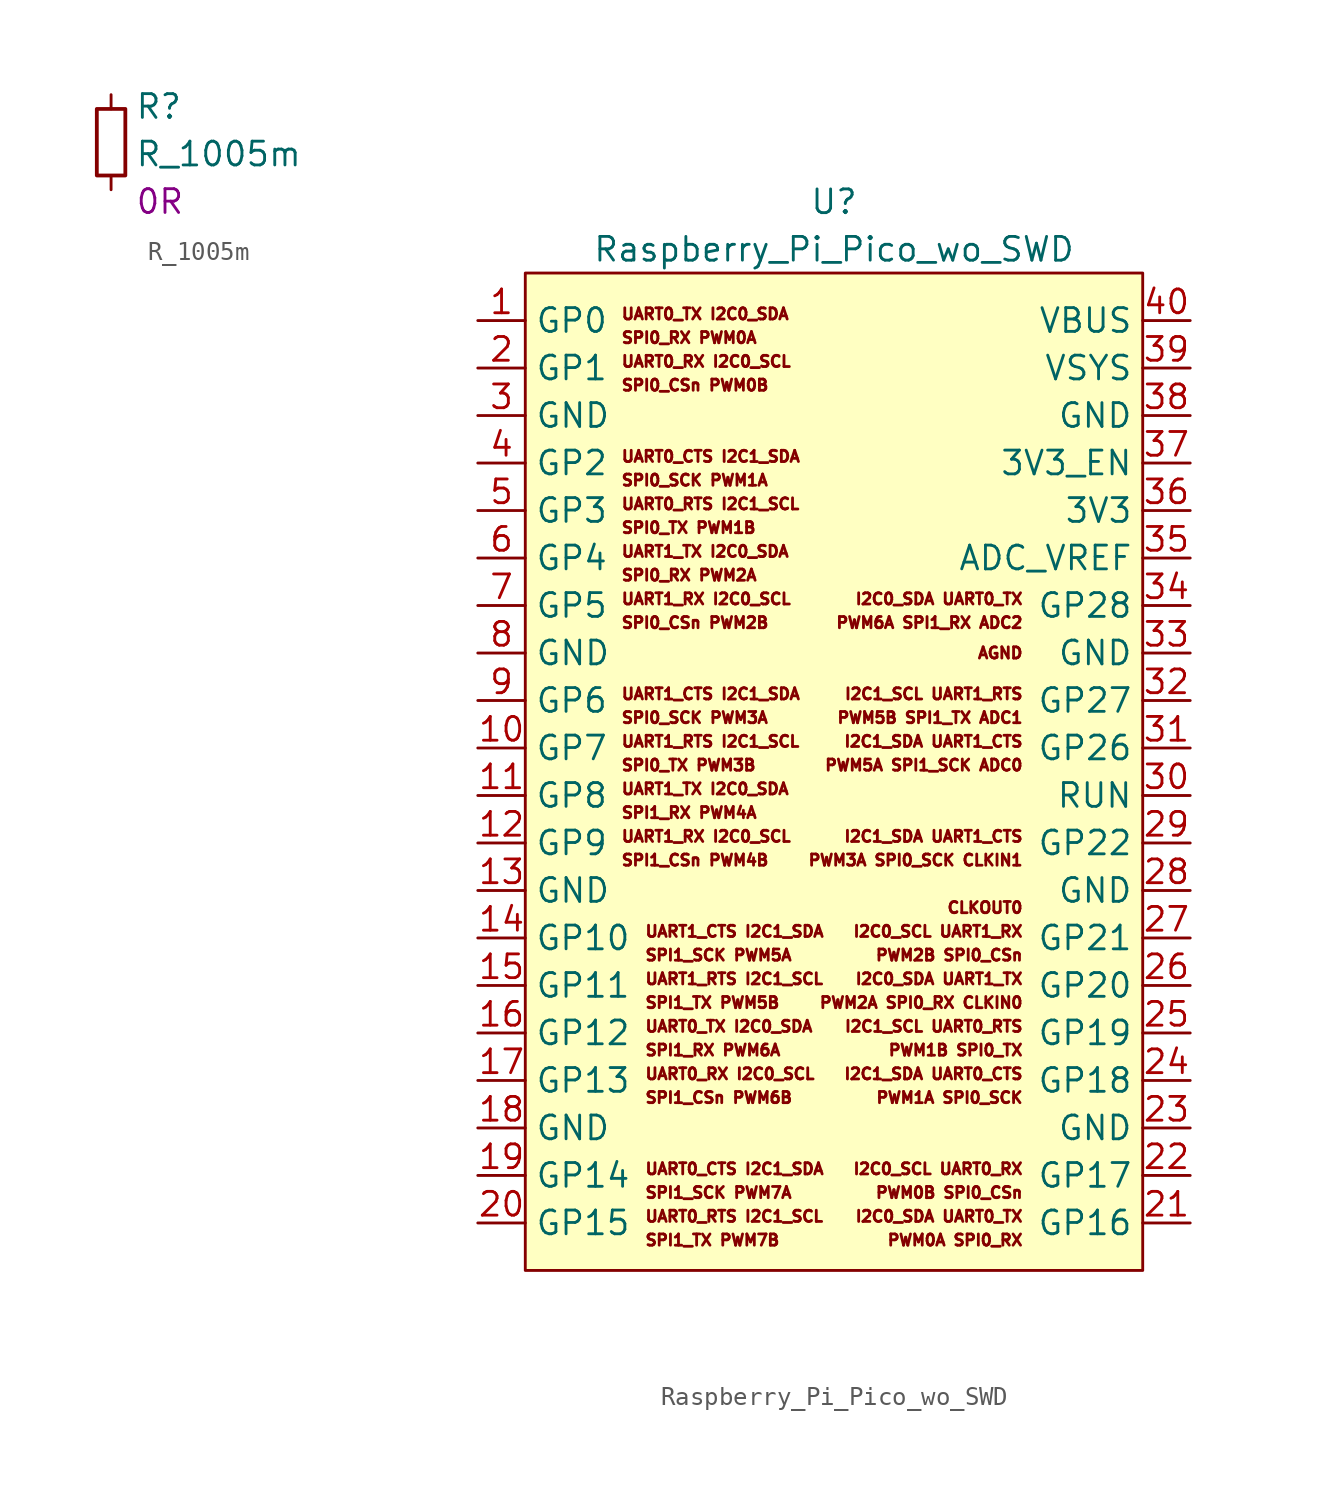
<source format=kicad_sym>
(kicad_symbol_lib
  (version 20241209)
  (generator "kicad_symbol_editor")
  (generator_version "9.0")
  (symbol "R_1005m"
    (pin_numbers
      (hide yes))
    (pin_names
      (offset 0.254)
      (hide yes))
    (property "Reference" "R"
      (at 1.27 1.905 0)
      (effects (font (size 1.27 1.27)) (justify left)))
    (property "Value" "R_1005m"
      (at 1.27 -0.635 0)
      (effects (font (size 1.27 1.27)) (justify left)))
    (property "Param" "0R"
      (at 1.27 -3.175 0)
      (effects (font (size 1.27 1.27)) (justify left)))
    (symbol "R_1005m_0_1"
      (rectangle (start -0.762 1.778) (end 0.762 -1.778) (stroke (width 0.203) (type default)) (fill (type none))))
    (symbol "R_1005m_1_1"
      (pin passive line (at 0 2.54 270) (length 0.762) (name "~" (effects (font (size 1.27 1.27)))) (number "1" (effects (font (size 1.27 1.27)))))
      (pin passive line (at 0 -2.54 90) (length 0.762) (name "~" (effects (font (size 1.27 1.27)))) (number "2" (effects (font (size 1.27 1.27)))))))
  (symbol "Raspberry_Pi_Pico_wo_SWD"
    (property "Reference" "U"
      (at 0 30.48 0)
      (effects (font (size 1.27 1.27))))
    (property "Value" "Raspberry_Pi_Pico_wo_SWD"
      (at 0 27.94 0)
      (effects (font (size 1.27 1.27))))
    (symbol "Raspberry_Pi_Pico_wo_SWD_0_0"
      (text "UART0_TX I2C0_SDA" (at -11.43 24.13 0) (effects (font (size 0.6 0.6)) (justify left bottom)))
      (text "UART0_RX I2C0_SCL" (at -11.43 21.59 0) (effects (font (size 0.6 0.6)) (justify left bottom)))
      (text "UART1_TX I2C0_SDA" (at -11.43 11.43 0) (effects (font (size 0.6 0.6)) (justify left bottom)))
      (text "UART1_RX I2C0_SCL" (at -11.43 8.89 0) (effects (font (size 0.6 0.6)) (justify left bottom)))
      (text "UART1_TX I2C0_SDA" (at -11.43 -1.27 0) (effects (font (size 0.6 0.6)) (justify left bottom)))
      (text "UART1_RX I2C0_SCL" (at -11.43 -3.81 0) (effects (font (size 0.6 0.6)) (justify left bottom)))
      (text "UART0_TX I2C0_SDA" (at -10.16 -13.97 0) (effects (font (size 0.6 0.6)) (justify left bottom)))
      (text "UART0_RX I2C0_SCL" (at -10.16 -16.51 0) (effects (font (size 0.6 0.6)) (justify left bottom)))
      (text "AGND" (at 10.16 6.35 0) (effects (font (size 0.6 0.6)) (justify right))))
    (symbol "Raspberry_Pi_Pico_wo_SWD_0_1"
      (rectangle (start -16.51 26.67) (end 16.51 -26.67) (stroke (width 0) (type default)) (fill (type background))))
    (symbol "Raspberry_Pi_Pico_wo_SWD_1_1"
      (text "SPI0_RX PWM0A" (at -11.43 22.86 0) (effects (font (size 0.6 0.6)) (justify left bottom)))
      (text "SPI0_CSn PWM0B" (at -11.43 20.32 0) (effects (font (size 0.6 0.6)) (justify left bottom)))
      (text "UART0_CTS I2C1_SDA" (at -11.43 16.51 0) (effects (font (size 0.6 0.6)) (justify left bottom)))
      (text "SPI0_SCK PWM1A" (at -11.43 15.24 0) (effects (font (size 0.6 0.6)) (justify left bottom)))
      (text "UART0_RTS I2C1_SCL" (at -11.43 13.97 0) (effects (font (size 0.6 0.6)) (justify left bottom)))
      (text "SPI0_TX PWM1B" (at -11.43 12.7 0) (effects (font (size 0.6 0.6)) (justify left bottom)))
      (text "SPI0_RX PWM2A" (at -11.43 10.16 0) (effects (font (size 0.6 0.6)) (justify left bottom)))
      (text "SPI0_CSn PWM2B" (at -11.43 7.62 0) (effects (font (size 0.6 0.6)) (justify left bottom)))
      (text "UART1_CTS I2C1_SDA" (at -11.43 3.81 0) (effects (font (size 0.6 0.6)) (justify left bottom)))
      (text "SPI0_SCK PWM3A" (at -11.43 2.54 0) (effects (font (size 0.6 0.6)) (justify left bottom)))
      (text "UART1_RTS I2C1_SCL" (at -11.43 1.27 0) (effects (font (size 0.6 0.6)) (justify left bottom)))
      (text "SPI0_TX PWM3B" (at -11.43 0 0) (effects (font (size 0.6 0.6)) (justify left bottom)))
      (text "SPI1_RX PWM4A" (at -11.43 -2.54 0) (effects (font (size 0.6 0.6)) (justify left bottom)))
      (text "SPI1_CSn PWM4B" (at -11.43 -5.08 0) (effects (font (size 0.6 0.6)) (justify left bottom)))
      (text "UART1_CTS I2C1_SDA" (at -10.16 -8.89 0) (effects (font (size 0.6 0.6)) (justify left bottom)))
      (text "SPI1_SCK PWM5A" (at -10.16 -10.16 0) (effects (font (size 0.6 0.6)) (justify left bottom)))
      (text "UART1_RTS I2C1_SCL" (at -10.16 -11.43 0) (effects (font (size 0.6 0.6)) (justify left bottom)))
      (text "SPI1_TX PWM5B" (at -10.16 -12.7 0) (effects (font (size 0.6 0.6)) (justify left bottom)))
      (text "SPI1_RX PWM6A" (at -10.16 -15.24 0) (effects (font (size 0.6 0.6)) (justify left bottom)))
      (text "SPI1_CSn PWM6B" (at -10.16 -17.78 0) (effects (font (size 0.6 0.6)) (justify left bottom)))
      (text "UART0_CTS I2C1_SDA" (at -10.16 -21.59 0) (effects (font (size 0.6 0.6)) (justify left bottom)))
      (text "SPI1_SCK PWM7A" (at -10.16 -22.86 0) (effects (font (size 0.6 0.6)) (justify left bottom)))
      (text "UART0_RTS I2C1_SCL" (at -10.16 -24.13 0) (effects (font (size 0.6 0.6)) (justify left bottom)))
      (text "SPI1_TX PWM7B" (at -10.16 -25.4 0) (effects (font (size 0.6 0.6)) (justify left bottom)))
      (text "I2C0_SDA UART0_TX" (at 10.16 8.89 0) (effects (font (size 0.6 0.6)) (justify right bottom)))
      (text "PWM6A SPI1_RX ADC2" (at 10.16 7.62 0) (effects (font (size 0.6 0.6)) (justify right bottom)))
      (text "I2C1_SCL UART1_RTS" (at 10.16 3.81 0) (effects (font (size 0.6 0.6)) (justify right bottom)))
      (text "PWM5B SPI1_TX ADC1" (at 10.16 2.54 0) (effects (font (size 0.6 0.6)) (justify right bottom)))
      (text "I2C1_SDA UART1_CTS" (at 10.16 1.27 0) (effects (font (size 0.6 0.6)) (justify right bottom)))
      (text "PWM5A SPI1_SCK ADC0" (at 10.16 0 0) (effects (font (size 0.6 0.6)) (justify right bottom)))
      (text "I2C1_SDA UART1_CTS" (at 10.16 -3.81 0) (effects (font (size 0.6 0.6)) (justify right bottom)))
      (text "PWM3A SPI0_SCK CLKIN1" (at 10.16 -5.08 0) (effects (font (size 0.6 0.6)) (justify right bottom)))
      (text "CLKOUT0" (at 10.16 -7.62 0) (effects (font (size 0.6 0.6)) (justify right bottom)))
      (text "I2C0_SCL UART1_RX" (at 10.16 -8.89 0) (effects (font (size 0.6 0.6)) (justify right bottom)))
      (text "PWM2B SPI0_CSn" (at 10.16 -10.16 0) (effects (font (size 0.6 0.6)) (justify right bottom)))
      (text "I2C0_SDA UART1_TX" (at 10.16 -11.43 0) (effects (font (size 0.6 0.6)) (justify right bottom)))
      (text "PWM2A SPI0_RX CLKIN0" (at 10.16 -12.7 0) (effects (font (size 0.6 0.6)) (justify right bottom)))
      (text "I2C1_SCL UART0_RTS" (at 10.16 -13.97 0) (effects (font (size 0.6 0.6)) (justify right bottom)))
      (text "PWM1B SPI0_TX" (at 10.16 -15.24 0) (effects (font (size 0.6 0.6)) (justify right bottom)))
      (text "I2C1_SDA UART0_CTS" (at 10.16 -16.51 0) (effects (font (size 0.6 0.6)) (justify right bottom)))
      (text "PWM1A SPI0_SCK" (at 10.16 -17.78 0) (effects (font (size 0.6 0.6)) (justify right bottom)))
      (text "I2C0_SCL UART0_RX" (at 10.16 -21.59 0) (effects (font (size 0.6 0.6)) (justify right bottom)))
      (text "PWM0B SPI0_CSn" (at 10.16 -22.86 0) (effects (font (size 0.6 0.6)) (justify right bottom)))
      (text "I2C0_SDA UART0_TX" (at 10.16 -24.13 0) (effects (font (size 0.6 0.6)) (justify right bottom)))
      (text "PWM0A SPI0_RX" (at 10.16 -25.4 0) (effects (font (size 0.6 0.6)) (justify right bottom)))
      (pin passive line (at -19.05 24.13 0) (length 2.54) (name "GP0" (effects (font (size 1.27 1.27)))) (number "1" (effects (font (size 1.27 1.27)))))
      (pin passive line (at -19.05 21.59 0) (length 2.54) (name "GP1" (effects (font (size 1.27 1.27)))) (number "2" (effects (font (size 1.27 1.27)))))
      (pin power_in line (at -19.05 19.05 0) (length 2.54) (name "GND" (effects (font (size 1.27 1.27)))) (number "3" (effects (font (size 1.27 1.27)))))
      (pin passive line (at -19.05 16.51 0) (length 2.54) (name "GP2" (effects (font (size 1.27 1.27)))) (number "4" (effects (font (size 1.27 1.27)))))
      (pin passive line (at -19.05 13.97 0) (length 2.54) (name "GP3" (effects (font (size 1.27 1.27)))) (number "5" (effects (font (size 1.27 1.27)))))
      (pin passive line (at -19.05 11.43 0) (length 2.54) (name "GP4" (effects (font (size 1.27 1.27)))) (number "6" (effects (font (size 1.27 1.27)))))
      (pin passive line (at -19.05 8.89 0) (length 2.54) (name "GP5" (effects (font (size 1.27 1.27)))) (number "7" (effects (font (size 1.27 1.27)))))
      (pin power_in line (at -19.05 6.35 0) (length 2.54) (name "GND" (effects (font (size 1.27 1.27)))) (number "8" (effects (font (size 1.27 1.27)))))
      (pin passive line (at -19.05 3.81 0) (length 2.54) (name "GP6" (effects (font (size 1.27 1.27)))) (number "9" (effects (font (size 1.27 1.27)))))
      (pin passive line (at -19.05 1.27 0) (length 2.54) (name "GP7" (effects (font (size 1.27 1.27)))) (number "10" (effects (font (size 1.27 1.27)))))
      (pin passive line (at -19.05 -1.27 0) (length 2.54) (name "GP8" (effects (font (size 1.27 1.27)))) (number "11" (effects (font (size 1.27 1.27)))))
      (pin passive line (at -19.05 -3.81 0) (length 2.54) (name "GP9" (effects (font (size 1.27 1.27)))) (number "12" (effects (font (size 1.27 1.27)))))
      (pin power_in line (at -19.05 -6.35 0) (length 2.54) (name "GND" (effects (font (size 1.27 1.27)))) (number "13" (effects (font (size 1.27 1.27)))))
      (pin passive line (at -19.05 -8.89 0) (length 2.54) (name "GP10" (effects (font (size 1.27 1.27)))) (number "14" (effects (font (size 1.27 1.27)))))
      (pin passive line (at -19.05 -11.43 0) (length 2.54) (name "GP11" (effects (font (size 1.27 1.27)))) (number "15" (effects (font (size 1.27 1.27)))))
      (pin passive line (at -19.05 -13.97 0) (length 2.54) (name "GP12" (effects (font (size 1.27 1.27)))) (number "16" (effects (font (size 1.27 1.27)))))
      (pin passive line (at -19.05 -16.51 0) (length 2.54) (name "GP13" (effects (font (size 1.27 1.27)))) (number "17" (effects (font (size 1.27 1.27)))))
      (pin power_in line (at -19.05 -19.05 0) (length 2.54) (name "GND" (effects (font (size 1.27 1.27)))) (number "18" (effects (font (size 1.27 1.27)))))
      (pin passive line (at -19.05 -21.59 0) (length 2.54) (name "GP14" (effects (font (size 1.27 1.27)))) (number "19" (effects (font (size 1.27 1.27)))))
      (pin passive line (at -19.05 -24.13 0) (length 2.54) (name "GP15" (effects (font (size 1.27 1.27)))) (number "20" (effects (font (size 1.27 1.27)))))
      (pin power_out line (at 19.05 24.13 180) (length 2.54) (name "VBUS" (effects (font (size 1.27 1.27)))) (number "40" (effects (font (size 1.27 1.27)))))
      (pin power_in line (at 19.05 21.59 180) (length 2.54) (name "VSYS" (effects (font (size 1.27 1.27)))) (number "39" (effects (font (size 1.27 1.27)))))
      (pin power_in line (at 19.05 19.05 180) (length 2.54) (name "GND" (effects (font (size 1.27 1.27)))) (number "38" (effects (font (size 1.27 1.27)))))
      (pin passive line (at 19.05 16.51 180) (length 2.54) (name "3V3_EN" (effects (font (size 1.27 1.27)))) (number "37" (effects (font (size 1.27 1.27)))))
      (pin power_out line (at 19.05 13.97 180) (length 2.54) (name "3V3" (effects (font (size 1.27 1.27)))) (number "36" (effects (font (size 1.27 1.27)))))
      (pin passive line (at 19.05 11.43 180) (length 2.54) (name "ADC_VREF" (effects (font (size 1.27 1.27)))) (number "35" (effects (font (size 1.27 1.27)))))
      (pin passive line (at 19.05 8.89 180) (length 2.54) (name "GP28" (effects (font (size 1.27 1.27)))) (number "34" (effects (font (size 1.27 1.27)))))
      (pin power_in line (at 19.05 6.35 180) (length 2.54) (name "GND" (effects (font (size 1.27 1.27)))) (number "33" (effects (font (size 1.27 1.27)))))
      (pin passive line (at 19.05 3.81 180) (length 2.54) (name "GP27" (effects (font (size 1.27 1.27)))) (number "32" (effects (font (size 1.27 1.27)))))
      (pin passive line (at 19.05 1.27 180) (length 2.54) (name "GP26" (effects (font (size 1.27 1.27)))) (number "31" (effects (font (size 1.27 1.27)))))
      (pin passive line (at 19.05 -1.27 180) (length 2.54) (name "RUN" (effects (font (size 1.27 1.27)))) (number "30" (effects (font (size 1.27 1.27)))))
      (pin passive line (at 19.05 -3.81 180) (length 2.54) (name "GP22" (effects (font (size 1.27 1.27)))) (number "29" (effects (font (size 1.27 1.27)))))
      (pin power_in line (at 19.05 -6.35 180) (length 2.54) (name "GND" (effects (font (size 1.27 1.27)))) (number "28" (effects (font (size 1.27 1.27)))))
      (pin passive line (at 19.05 -8.89 180) (length 2.54) (name "GP21" (effects (font (size 1.27 1.27)))) (number "27" (effects (font (size 1.27 1.27)))))
      (pin passive line (at 19.05 -11.43 180) (length 2.54) (name "GP20" (effects (font (size 1.27 1.27)))) (number "26" (effects (font (size 1.27 1.27)))))
      (pin passive line (at 19.05 -13.97 180) (length 2.54) (name "GP19" (effects (font (size 1.27 1.27)))) (number "25" (effects (font (size 1.27 1.27)))))
      (pin passive line (at 19.05 -16.51 180) (length 2.54) (name "GP18" (effects (font (size 1.27 1.27)))) (number "24" (effects (font (size 1.27 1.27)))))
      (pin power_in line (at 19.05 -19.05 180) (length 2.54) (name "GND" (effects (font (size 1.27 1.27)))) (number "23" (effects (font (size 1.27 1.27)))))
      (pin passive line (at 19.05 -21.59 180) (length 2.54) (name "GP17" (effects (font (size 1.27 1.27)))) (number "22" (effects (font (size 1.27 1.27)))))
      (pin passive line (at 19.05 -24.13 180) (length 2.54) (name "GP16" (effects (font (size 1.27 1.27)))) (number "21" (effects (font (size 1.27 1.27))))))))
</source>
